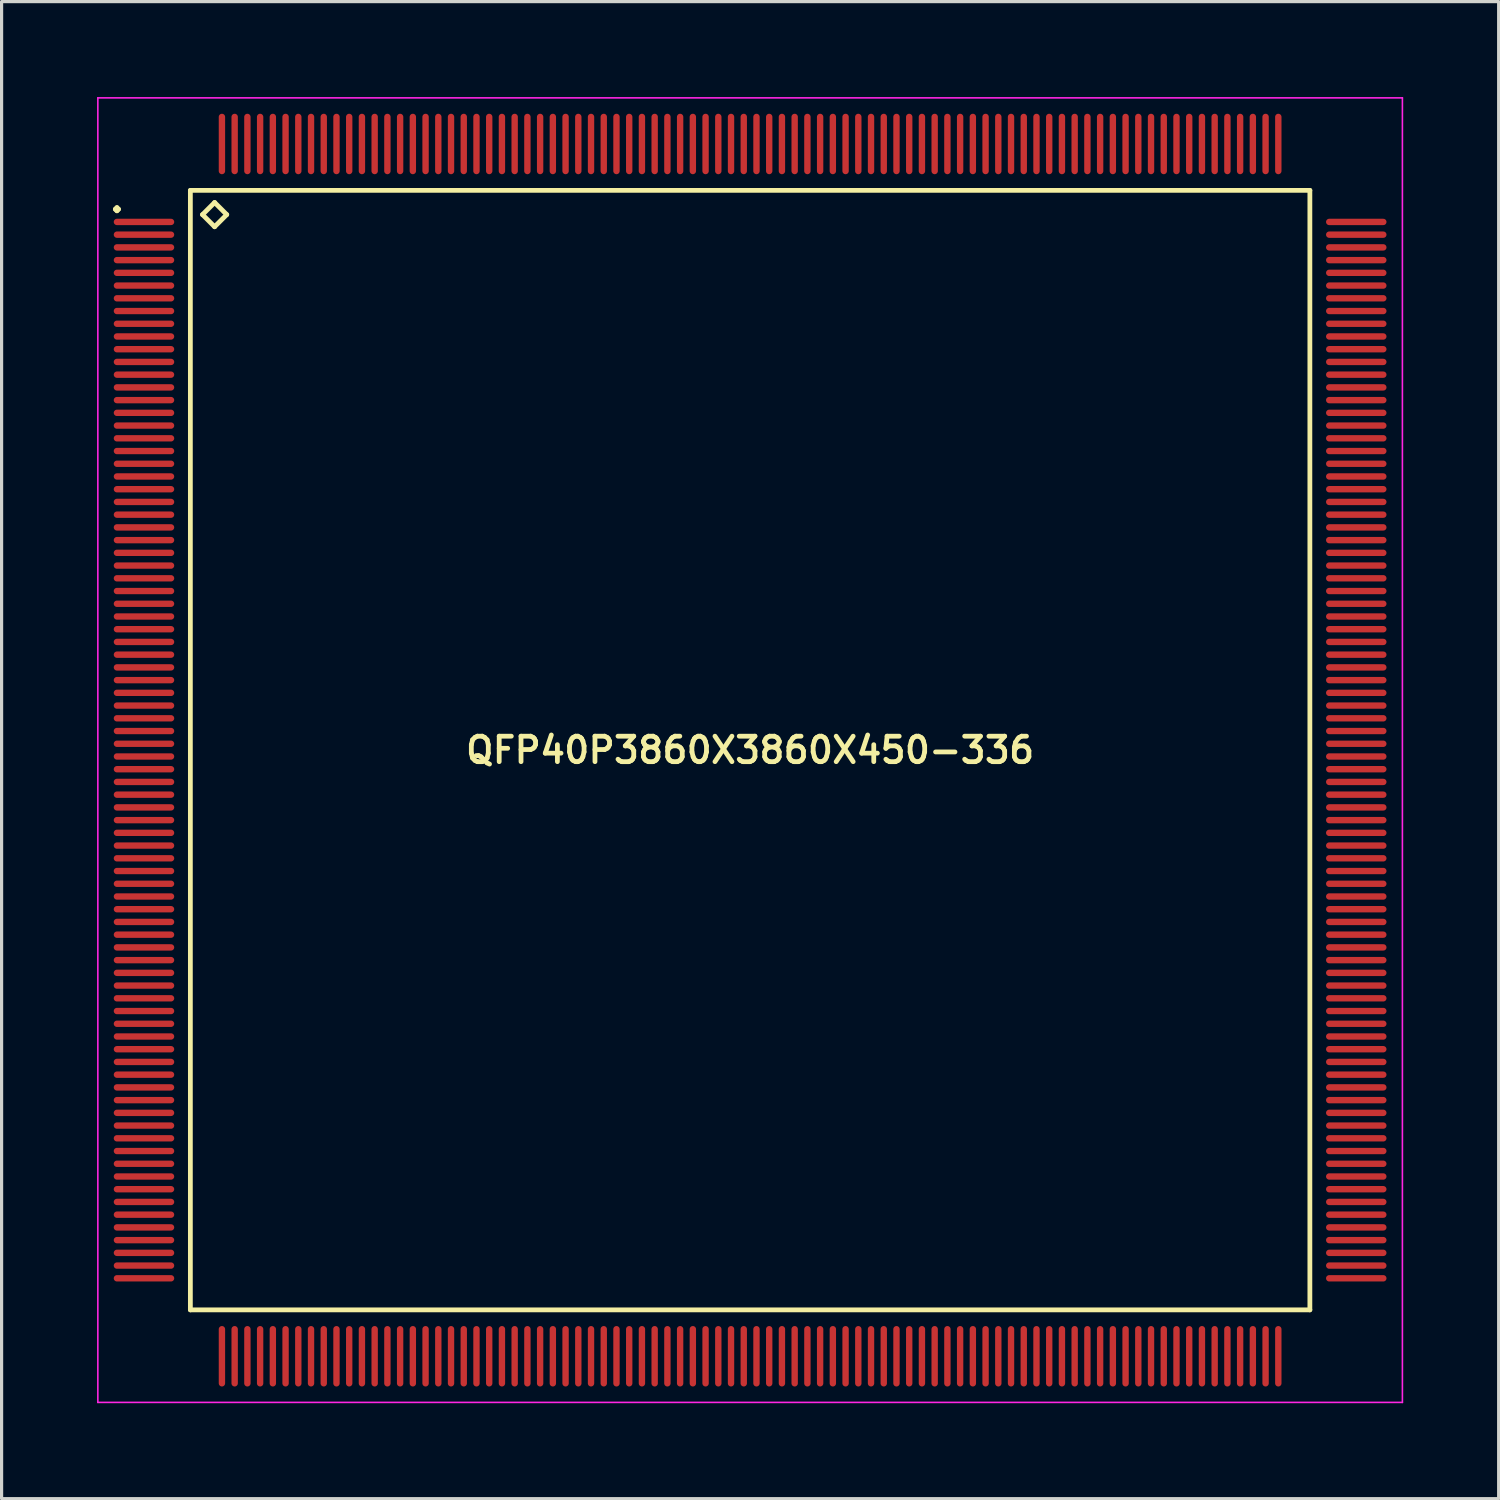
<source format=kicad_pcb>
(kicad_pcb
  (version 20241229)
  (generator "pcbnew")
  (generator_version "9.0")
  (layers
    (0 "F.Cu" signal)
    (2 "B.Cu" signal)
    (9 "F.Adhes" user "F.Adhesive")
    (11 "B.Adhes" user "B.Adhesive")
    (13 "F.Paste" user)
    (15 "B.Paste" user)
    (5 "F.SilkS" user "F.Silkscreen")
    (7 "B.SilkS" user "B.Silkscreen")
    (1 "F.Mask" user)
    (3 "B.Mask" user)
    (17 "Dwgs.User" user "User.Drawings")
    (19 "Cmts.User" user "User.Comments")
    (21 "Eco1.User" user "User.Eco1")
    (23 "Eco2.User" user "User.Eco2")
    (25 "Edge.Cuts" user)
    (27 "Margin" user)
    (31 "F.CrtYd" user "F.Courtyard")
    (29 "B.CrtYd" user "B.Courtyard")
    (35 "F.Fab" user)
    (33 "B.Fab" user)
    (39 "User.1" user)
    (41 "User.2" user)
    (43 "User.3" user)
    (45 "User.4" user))
  (footprint "QFP40P3860X3860X450-336"
    (layer "F.Cu")
    (at 20.525 20.525)
    (property "Reference" "QFP40P3860X3860X450-336" (at 0 0 0) (layer "F.SilkS") (effects (font (size 0.8 0.8) (thickness 0.15))))
    (attr smd)
    (fp_line (start -19.95 -17) (end -19.9 -17.05) (stroke (width 0.15) (type solid)) (layer "F.SilkS"))
    (fp_line (start -19.9 -17.05) (end -19.85 -17) (stroke (width 0.15) (type solid)) (layer "F.SilkS"))
    (fp_line (start -19.9 -16.95) (end -19.95 -17) (stroke (width 0.15) (type solid)) (layer "F.SilkS"))
    (fp_line (start -19.85 -17) (end -19.9 -16.95) (stroke (width 0.15) (type solid)) (layer "F.SilkS"))
    (fp_line (start -17.592 -17.592) (end -17.592 17.592) (stroke (width 0.15) (type solid)) (layer "F.SilkS"))
    (fp_line (start -17.592 17.592) (end 17.592 17.592) (stroke (width 0.15) (type solid)) (layer "F.SilkS"))
    (fp_line (start -17.211 -16.83) (end -16.83 -17.211) (stroke (width 0.15) (type solid)) (layer "F.SilkS"))
    (fp_line (start -16.83 -17.211) (end -16.449 -16.83) (stroke (width 0.15) (type solid)) (layer "F.SilkS"))
    (fp_line (start -16.83 -16.449) (end -17.211 -16.83) (stroke (width 0.15) (type solid)) (layer "F.SilkS"))
    (fp_line (start -16.449 -16.83) (end -16.83 -16.449) (stroke (width 0.15) (type solid)) (layer "F.SilkS"))
    (fp_line (start 17.592 -17.592) (end -17.592 -17.592) (stroke (width 0.15) (type solid)) (layer "F.SilkS"))
    (fp_line (start 17.592 17.592) (end 17.592 -17.592) (stroke (width 0.15) (type solid)) (layer "F.SilkS"))
    (fp_line (start -20.5 -20.5) (end 20.5 -20.5) (stroke (width 0.05) (type solid)) (layer "F.CrtYd"))
    (fp_line (start -20.5 20.5) (end -20.5 -20.5) (stroke (width 0.05) (type solid)) (layer "F.CrtYd"))
    (fp_line (start 20.5 -20.5) (end 20.5 20.5) (stroke (width 0.05) (type solid)) (layer "F.CrtYd"))
    (fp_line (start 20.5 20.5) (end -20.5 20.5) (stroke (width 0.05) (type solid)) (layer "F.CrtYd"))
    (pad "1" smd oval (at -19.05 -16.6) (size 1.9 0.2) (layers "F.Cu" "F.Mask" "F.Paste"))
    (pad "2" smd oval (at -19.05 -16.2) (size 1.9 0.2) (layers "F.Cu" "F.Mask" "F.Paste"))
    (pad "3" smd oval (at -19.05 -15.8) (size 1.9 0.2) (layers "F.Cu" "F.Mask" "F.Paste"))
    (pad "4" smd oval (at -19.05 -15.4) (size 1.9 0.2) (layers "F.Cu" "F.Mask" "F.Paste"))
    (pad "5" smd oval (at -19.05 -15) (size 1.9 0.2) (layers "F.Cu" "F.Mask" "F.Paste"))
    (pad "6" smd oval (at -19.05 -14.6) (size 1.9 0.2) (layers "F.Cu" "F.Mask" "F.Paste"))
    (pad "7" smd oval (at -19.05 -14.2) (size 1.9 0.2) (layers "F.Cu" "F.Mask" "F.Paste"))
    (pad "8" smd oval (at -19.05 -13.8) (size 1.9 0.2) (layers "F.Cu" "F.Mask" "F.Paste"))
    (pad "9" smd oval (at -19.05 -13.4) (size 1.9 0.2) (layers "F.Cu" "F.Mask" "F.Paste"))
    (pad "10" smd oval (at -19.05 -13) (size 1.9 0.2) (layers "F.Cu" "F.Mask" "F.Paste"))
    (pad "11" smd oval (at -19.05 -12.6) (size 1.9 0.2) (layers "F.Cu" "F.Mask" "F.Paste"))
    (pad "12" smd oval (at -19.05 -12.2) (size 1.9 0.2) (layers "F.Cu" "F.Mask" "F.Paste"))
    (pad "13" smd oval (at -19.05 -11.8) (size 1.9 0.2) (layers "F.Cu" "F.Mask" "F.Paste"))
    (pad "14" smd oval (at -19.05 -11.4) (size 1.9 0.2) (layers "F.Cu" "F.Mask" "F.Paste"))
    (pad "15" smd oval (at -19.05 -11) (size 1.9 0.2) (layers "F.Cu" "F.Mask" "F.Paste"))
    (pad "16" smd oval (at -19.05 -10.6) (size 1.9 0.2) (layers "F.Cu" "F.Mask" "F.Paste"))
    (pad "17" smd oval (at -19.05 -10.2) (size 1.9 0.2) (layers "F.Cu" "F.Mask" "F.Paste"))
    (pad "18" smd oval (at -19.05 -9.8) (size 1.9 0.2) (layers "F.Cu" "F.Mask" "F.Paste"))
    (pad "19" smd oval (at -19.05 -9.4) (size 1.9 0.2) (layers "F.Cu" "F.Mask" "F.Paste"))
    (pad "20" smd oval (at -19.05 -9) (size 1.9 0.2) (layers "F.Cu" "F.Mask" "F.Paste"))
    (pad "21" smd oval (at -19.05 -8.6) (size 1.9 0.2) (layers "F.Cu" "F.Mask" "F.Paste"))
    (pad "22" smd oval (at -19.05 -8.2) (size 1.9 0.2) (layers "F.Cu" "F.Mask" "F.Paste"))
    (pad "23" smd oval (at -19.05 -7.8) (size 1.9 0.2) (layers "F.Cu" "F.Mask" "F.Paste"))
    (pad "24" smd oval (at -19.05 -7.4) (size 1.9 0.2) (layers "F.Cu" "F.Mask" "F.Paste"))
    (pad "25" smd oval (at -19.05 -7) (size 1.9 0.2) (layers "F.Cu" "F.Mask" "F.Paste"))
    (pad "26" smd oval (at -19.05 -6.6) (size 1.9 0.2) (layers "F.Cu" "F.Mask" "F.Paste"))
    (pad "27" smd oval (at -19.05 -6.2) (size 1.9 0.2) (layers "F.Cu" "F.Mask" "F.Paste"))
    (pad "28" smd oval (at -19.05 -5.8) (size 1.9 0.2) (layers "F.Cu" "F.Mask" "F.Paste"))
    (pad "29" smd oval (at -19.05 -5.4) (size 1.9 0.2) (layers "F.Cu" "F.Mask" "F.Paste"))
    (pad "30" smd oval (at -19.05 -5) (size 1.9 0.2) (layers "F.Cu" "F.Mask" "F.Paste"))
    (pad "31" smd oval (at -19.05 -4.6) (size 1.9 0.2) (layers "F.Cu" "F.Mask" "F.Paste"))
    (pad "32" smd oval (at -19.05 -4.2) (size 1.9 0.2) (layers "F.Cu" "F.Mask" "F.Paste"))
    (pad "33" smd oval (at -19.05 -3.8) (size 1.9 0.2) (layers "F.Cu" "F.Mask" "F.Paste"))
    (pad "34" smd oval (at -19.05 -3.4) (size 1.9 0.2) (layers "F.Cu" "F.Mask" "F.Paste"))
    (pad "35" smd oval (at -19.05 -3) (size 1.9 0.2) (layers "F.Cu" "F.Mask" "F.Paste"))
    (pad "36" smd oval (at -19.05 -2.6) (size 1.9 0.2) (layers "F.Cu" "F.Mask" "F.Paste"))
    (pad "37" smd oval (at -19.05 -2.2) (size 1.9 0.2) (layers "F.Cu" "F.Mask" "F.Paste"))
    (pad "38" smd oval (at -19.05 -1.8) (size 1.9 0.2) (layers "F.Cu" "F.Mask" "F.Paste"))
    (pad "39" smd oval (at -19.05 -1.4) (size 1.9 0.2) (layers "F.Cu" "F.Mask" "F.Paste"))
    (pad "40" smd oval (at -19.05 -1) (size 1.9 0.2) (layers "F.Cu" "F.Mask" "F.Paste"))
    (pad "41" smd oval (at -19.05 -0.6) (size 1.9 0.2) (layers "F.Cu" "F.Mask" "F.Paste"))
    (pad "42" smd oval (at -19.05 -0.2) (size 1.9 0.2) (layers "F.Cu" "F.Mask" "F.Paste"))
    (pad "43" smd oval (at -19.05 0.2) (size 1.9 0.2) (layers "F.Cu" "F.Mask" "F.Paste"))
    (pad "44" smd oval (at -19.05 0.6) (size 1.9 0.2) (layers "F.Cu" "F.Mask" "F.Paste"))
    (pad "45" smd oval (at -19.05 1) (size 1.9 0.2) (layers "F.Cu" "F.Mask" "F.Paste"))
    (pad "46" smd oval (at -19.05 1.4) (size 1.9 0.2) (layers "F.Cu" "F.Mask" "F.Paste"))
    (pad "47" smd oval (at -19.05 1.8) (size 1.9 0.2) (layers "F.Cu" "F.Mask" "F.Paste"))
    (pad "48" smd oval (at -19.05 2.2) (size 1.9 0.2) (layers "F.Cu" "F.Mask" "F.Paste"))
    (pad "49" smd oval (at -19.05 2.6) (size 1.9 0.2) (layers "F.Cu" "F.Mask" "F.Paste"))
    (pad "50" smd oval (at -19.05 3) (size 1.9 0.2) (layers "F.Cu" "F.Mask" "F.Paste"))
    (pad "51" smd oval (at -19.05 3.4) (size 1.9 0.2) (layers "F.Cu" "F.Mask" "F.Paste"))
    (pad "52" smd oval (at -19.05 3.8) (size 1.9 0.2) (layers "F.Cu" "F.Mask" "F.Paste"))
    (pad "53" smd oval (at -19.05 4.2) (size 1.9 0.2) (layers "F.Cu" "F.Mask" "F.Paste"))
    (pad "54" smd oval (at -19.05 4.6) (size 1.9 0.2) (layers "F.Cu" "F.Mask" "F.Paste"))
    (pad "55" smd oval (at -19.05 5) (size 1.9 0.2) (layers "F.Cu" "F.Mask" "F.Paste"))
    (pad "56" smd oval (at -19.05 5.4) (size 1.9 0.2) (layers "F.Cu" "F.Mask" "F.Paste"))
    (pad "57" smd oval (at -19.05 5.8) (size 1.9 0.2) (layers "F.Cu" "F.Mask" "F.Paste"))
    (pad "58" smd oval (at -19.05 6.2) (size 1.9 0.2) (layers "F.Cu" "F.Mask" "F.Paste"))
    (pad "59" smd oval (at -19.05 6.6) (size 1.9 0.2) (layers "F.Cu" "F.Mask" "F.Paste"))
    (pad "60" smd oval (at -19.05 7) (size 1.9 0.2) (layers "F.Cu" "F.Mask" "F.Paste"))
    (pad "61" smd oval (at -19.05 7.4) (size 1.9 0.2) (layers "F.Cu" "F.Mask" "F.Paste"))
    (pad "62" smd oval (at -19.05 7.8) (size 1.9 0.2) (layers "F.Cu" "F.Mask" "F.Paste"))
    (pad "63" smd oval (at -19.05 8.2) (size 1.9 0.2) (layers "F.Cu" "F.Mask" "F.Paste"))
    (pad "64" smd oval (at -19.05 8.6) (size 1.9 0.2) (layers "F.Cu" "F.Mask" "F.Paste"))
    (pad "65" smd oval (at -19.05 9) (size 1.9 0.2) (layers "F.Cu" "F.Mask" "F.Paste"))
    (pad "66" smd oval (at -19.05 9.4) (size 1.9 0.2) (layers "F.Cu" "F.Mask" "F.Paste"))
    (pad "67" smd oval (at -19.05 9.8) (size 1.9 0.2) (layers "F.Cu" "F.Mask" "F.Paste"))
    (pad "68" smd oval (at -19.05 10.2) (size 1.9 0.2) (layers "F.Cu" "F.Mask" "F.Paste"))
    (pad "69" smd oval (at -19.05 10.6) (size 1.9 0.2) (layers "F.Cu" "F.Mask" "F.Paste"))
    (pad "70" smd oval (at -19.05 11) (size 1.9 0.2) (layers "F.Cu" "F.Mask" "F.Paste"))
    (pad "71" smd oval (at -19.05 11.4) (size 1.9 0.2) (layers "F.Cu" "F.Mask" "F.Paste"))
    (pad "72" smd oval (at -19.05 11.8) (size 1.9 0.2) (layers "F.Cu" "F.Mask" "F.Paste"))
    (pad "73" smd oval (at -19.05 12.2) (size 1.9 0.2) (layers "F.Cu" "F.Mask" "F.Paste"))
    (pad "74" smd oval (at -19.05 12.6) (size 1.9 0.2) (layers "F.Cu" "F.Mask" "F.Paste"))
    (pad "75" smd oval (at -19.05 13) (size 1.9 0.2) (layers "F.Cu" "F.Mask" "F.Paste"))
    (pad "76" smd oval (at -19.05 13.4) (size 1.9 0.2) (layers "F.Cu" "F.Mask" "F.Paste"))
    (pad "77" smd oval (at -19.05 13.8) (size 1.9 0.2) (layers "F.Cu" "F.Mask" "F.Paste"))
    (pad "78" smd oval (at -19.05 14.2) (size 1.9 0.2) (layers "F.Cu" "F.Mask" "F.Paste"))
    (pad "79" smd oval (at -19.05 14.6) (size 1.9 0.2) (layers "F.Cu" "F.Mask" "F.Paste"))
    (pad "80" smd oval (at -19.05 15) (size 1.9 0.2) (layers "F.Cu" "F.Mask" "F.Paste"))
    (pad "81" smd oval (at -19.05 15.4) (size 1.9 0.2) (layers "F.Cu" "F.Mask" "F.Paste"))
    (pad "82" smd oval (at -19.05 15.8) (size 1.9 0.2) (layers "F.Cu" "F.Mask" "F.Paste"))
    (pad "83" smd oval (at -19.05 16.2) (size 1.9 0.2) (layers "F.Cu" "F.Mask" "F.Paste"))
    (pad "84" smd oval (at -19.05 16.6) (size 1.9 0.2) (layers "F.Cu" "F.Mask" "F.Paste"))
    (pad "85" smd oval (at -16.6 19.05) (size 0.2 1.9) (layers "F.Cu" "F.Mask" "F.Paste"))
    (pad "86" smd oval (at -16.2 19.05) (size 0.2 1.9) (layers "F.Cu" "F.Mask" "F.Paste"))
    (pad "87" smd oval (at -15.8 19.05) (size 0.2 1.9) (layers "F.Cu" "F.Mask" "F.Paste"))
    (pad "88" smd oval (at -15.4 19.05) (size 0.2 1.9) (layers "F.Cu" "F.Mask" "F.Paste"))
    (pad "89" smd oval (at -15 19.05) (size 0.2 1.9) (layers "F.Cu" "F.Mask" "F.Paste"))
    (pad "90" smd oval (at -14.6 19.05) (size 0.2 1.9) (layers "F.Cu" "F.Mask" "F.Paste"))
    (pad "91" smd oval (at -14.2 19.05) (size 0.2 1.9) (layers "F.Cu" "F.Mask" "F.Paste"))
    (pad "92" smd oval (at -13.8 19.05) (size 0.2 1.9) (layers "F.Cu" "F.Mask" "F.Paste"))
    (pad "93" smd oval (at -13.4 19.05) (size 0.2 1.9) (layers "F.Cu" "F.Mask" "F.Paste"))
    (pad "94" smd oval (at -13 19.05) (size 0.2 1.9) (layers "F.Cu" "F.Mask" "F.Paste"))
    (pad "95" smd oval (at -12.6 19.05) (size 0.2 1.9) (layers "F.Cu" "F.Mask" "F.Paste"))
    (pad "96" smd oval (at -12.2 19.05) (size 0.2 1.9) (layers "F.Cu" "F.Mask" "F.Paste"))
    (pad "97" smd oval (at -11.8 19.05) (size 0.2 1.9) (layers "F.Cu" "F.Mask" "F.Paste"))
    (pad "98" smd oval (at -11.4 19.05) (size 0.2 1.9) (layers "F.Cu" "F.Mask" "F.Paste"))
    (pad "99" smd oval (at -11 19.05) (size 0.2 1.9) (layers "F.Cu" "F.Mask" "F.Paste"))
    (pad "100" smd oval (at -10.6 19.05) (size 0.2 1.9) (layers "F.Cu" "F.Mask" "F.Paste"))
    (pad "101" smd oval (at -10.2 19.05) (size 0.2 1.9) (layers "F.Cu" "F.Mask" "F.Paste"))
    (pad "102" smd oval (at -9.8 19.05) (size 0.2 1.9) (layers "F.Cu" "F.Mask" "F.Paste"))
    (pad "103" smd oval (at -9.4 19.05) (size 0.2 1.9) (layers "F.Cu" "F.Mask" "F.Paste"))
    (pad "104" smd oval (at -9 19.05) (size 0.2 1.9) (layers "F.Cu" "F.Mask" "F.Paste"))
    (pad "105" smd oval (at -8.6 19.05) (size 0.2 1.9) (layers "F.Cu" "F.Mask" "F.Paste"))
    (pad "106" smd oval (at -8.2 19.05) (size 0.2 1.9) (layers "F.Cu" "F.Mask" "F.Paste"))
    (pad "107" smd oval (at -7.8 19.05) (size 0.2 1.9) (layers "F.Cu" "F.Mask" "F.Paste"))
    (pad "108" smd oval (at -7.4 19.05) (size 0.2 1.9) (layers "F.Cu" "F.Mask" "F.Paste"))
    (pad "109" smd oval (at -7 19.05) (size 0.2 1.9) (layers "F.Cu" "F.Mask" "F.Paste"))
    (pad "110" smd oval (at -6.6 19.05) (size 0.2 1.9) (layers "F.Cu" "F.Mask" "F.Paste"))
    (pad "111" smd oval (at -6.2 19.05) (size 0.2 1.9) (layers "F.Cu" "F.Mask" "F.Paste"))
    (pad "112" smd oval (at -5.8 19.05) (size 0.2 1.9) (layers "F.Cu" "F.Mask" "F.Paste"))
    (pad "113" smd oval (at -5.4 19.05) (size 0.2 1.9) (layers "F.Cu" "F.Mask" "F.Paste"))
    (pad "114" smd oval (at -5 19.05) (size 0.2 1.9) (layers "F.Cu" "F.Mask" "F.Paste"))
    (pad "115" smd oval (at -4.6 19.05) (size 0.2 1.9) (layers "F.Cu" "F.Mask" "F.Paste"))
    (pad "116" smd oval (at -4.2 19.05) (size 0.2 1.9) (layers "F.Cu" "F.Mask" "F.Paste"))
    (pad "117" smd oval (at -3.8 19.05) (size 0.2 1.9) (layers "F.Cu" "F.Mask" "F.Paste"))
    (pad "118" smd oval (at -3.4 19.05) (size 0.2 1.9) (layers "F.Cu" "F.Mask" "F.Paste"))
    (pad "119" smd oval (at -3 19.05) (size 0.2 1.9) (layers "F.Cu" "F.Mask" "F.Paste"))
    (pad "120" smd oval (at -2.6 19.05) (size 0.2 1.9) (layers "F.Cu" "F.Mask" "F.Paste"))
    (pad "121" smd oval (at -2.2 19.05) (size 0.2 1.9) (layers "F.Cu" "F.Mask" "F.Paste"))
    (pad "122" smd oval (at -1.8 19.05) (size 0.2 1.9) (layers "F.Cu" "F.Mask" "F.Paste"))
    (pad "123" smd oval (at -1.4 19.05) (size 0.2 1.9) (layers "F.Cu" "F.Mask" "F.Paste"))
    (pad "124" smd oval (at -1 19.05) (size 0.2 1.9) (layers "F.Cu" "F.Mask" "F.Paste"))
    (pad "125" smd oval (at -0.6 19.05) (size 0.2 1.9) (layers "F.Cu" "F.Mask" "F.Paste"))
    (pad "126" smd oval (at -0.2 19.05) (size 0.2 1.9) (layers "F.Cu" "F.Mask" "F.Paste"))
    (pad "127" smd oval (at 0.2 19.05) (size 0.2 1.9) (layers "F.Cu" "F.Mask" "F.Paste"))
    (pad "128" smd oval (at 0.6 19.05) (size 0.2 1.9) (layers "F.Cu" "F.Mask" "F.Paste"))
    (pad "129" smd oval (at 1 19.05) (size 0.2 1.9) (layers "F.Cu" "F.Mask" "F.Paste"))
    (pad "130" smd oval (at 1.4 19.05) (size 0.2 1.9) (layers "F.Cu" "F.Mask" "F.Paste"))
    (pad "131" smd oval (at 1.8 19.05) (size 0.2 1.9) (layers "F.Cu" "F.Mask" "F.Paste"))
    (pad "132" smd oval (at 2.2 19.05) (size 0.2 1.9) (layers "F.Cu" "F.Mask" "F.Paste"))
    (pad "133" smd oval (at 2.6 19.05) (size 0.2 1.9) (layers "F.Cu" "F.Mask" "F.Paste"))
    (pad "134" smd oval (at 3 19.05) (size 0.2 1.9) (layers "F.Cu" "F.Mask" "F.Paste"))
    (pad "135" smd oval (at 3.4 19.05) (size 0.2 1.9) (layers "F.Cu" "F.Mask" "F.Paste"))
    (pad "136" smd oval (at 3.8 19.05) (size 0.2 1.9) (layers "F.Cu" "F.Mask" "F.Paste"))
    (pad "137" smd oval (at 4.2 19.05) (size 0.2 1.9) (layers "F.Cu" "F.Mask" "F.Paste"))
    (pad "138" smd oval (at 4.6 19.05) (size 0.2 1.9) (layers "F.Cu" "F.Mask" "F.Paste"))
    (pad "139" smd oval (at 5 19.05) (size 0.2 1.9) (layers "F.Cu" "F.Mask" "F.Paste"))
    (pad "140" smd oval (at 5.4 19.05) (size 0.2 1.9) (layers "F.Cu" "F.Mask" "F.Paste"))
    (pad "141" smd oval (at 5.8 19.05) (size 0.2 1.9) (layers "F.Cu" "F.Mask" "F.Paste"))
    (pad "142" smd oval (at 6.2 19.05) (size 0.2 1.9) (layers "F.Cu" "F.Mask" "F.Paste"))
    (pad "143" smd oval (at 6.6 19.05) (size 0.2 1.9) (layers "F.Cu" "F.Mask" "F.Paste"))
    (pad "144" smd oval (at 7 19.05) (size 0.2 1.9) (layers "F.Cu" "F.Mask" "F.Paste"))
    (pad "145" smd oval (at 7.4 19.05) (size 0.2 1.9) (layers "F.Cu" "F.Mask" "F.Paste"))
    (pad "146" smd oval (at 7.8 19.05) (size 0.2 1.9) (layers "F.Cu" "F.Mask" "F.Paste"))
    (pad "147" smd oval (at 8.2 19.05) (size 0.2 1.9) (layers "F.Cu" "F.Mask" "F.Paste"))
    (pad "148" smd oval (at 8.6 19.05) (size 0.2 1.9) (layers "F.Cu" "F.Mask" "F.Paste"))
    (pad "149" smd oval (at 9 19.05) (size 0.2 1.9) (layers "F.Cu" "F.Mask" "F.Paste"))
    (pad "150" smd oval (at 9.4 19.05) (size 0.2 1.9) (layers "F.Cu" "F.Mask" "F.Paste"))
    (pad "151" smd oval (at 9.8 19.05) (size 0.2 1.9) (layers "F.Cu" "F.Mask" "F.Paste"))
    (pad "152" smd oval (at 10.2 19.05) (size 0.2 1.9) (layers "F.Cu" "F.Mask" "F.Paste"))
    (pad "153" smd oval (at 10.6 19.05) (size 0.2 1.9) (layers "F.Cu" "F.Mask" "F.Paste"))
    (pad "154" smd oval (at 11 19.05) (size 0.2 1.9) (layers "F.Cu" "F.Mask" "F.Paste"))
    (pad "155" smd oval (at 11.4 19.05) (size 0.2 1.9) (layers "F.Cu" "F.Mask" "F.Paste"))
    (pad "156" smd oval (at 11.8 19.05) (size 0.2 1.9) (layers "F.Cu" "F.Mask" "F.Paste"))
    (pad "157" smd oval (at 12.2 19.05) (size 0.2 1.9) (layers "F.Cu" "F.Mask" "F.Paste"))
    (pad "158" smd oval (at 12.6 19.05) (size 0.2 1.9) (layers "F.Cu" "F.Mask" "F.Paste"))
    (pad "159" smd oval (at 13 19.05) (size 0.2 1.9) (layers "F.Cu" "F.Mask" "F.Paste"))
    (pad "160" smd oval (at 13.4 19.05) (size 0.2 1.9) (layers "F.Cu" "F.Mask" "F.Paste"))
    (pad "161" smd oval (at 13.8 19.05) (size 0.2 1.9) (layers "F.Cu" "F.Mask" "F.Paste"))
    (pad "162" smd oval (at 14.2 19.05) (size 0.2 1.9) (layers "F.Cu" "F.Mask" "F.Paste"))
    (pad "163" smd oval (at 14.6 19.05) (size 0.2 1.9) (layers "F.Cu" "F.Mask" "F.Paste"))
    (pad "164" smd oval (at 15 19.05) (size 0.2 1.9) (layers "F.Cu" "F.Mask" "F.Paste"))
    (pad "165" smd oval (at 15.4 19.05) (size 0.2 1.9) (layers "F.Cu" "F.Mask" "F.Paste"))
    (pad "166" smd oval (at 15.8 19.05) (size 0.2 1.9) (layers "F.Cu" "F.Mask" "F.Paste"))
    (pad "167" smd oval (at 16.2 19.05) (size 0.2 1.9) (layers "F.Cu" "F.Mask" "F.Paste"))
    (pad "168" smd oval (at 16.6 19.05) (size 0.2 1.9) (layers "F.Cu" "F.Mask" "F.Paste"))
    (pad "169" smd oval (at 19.05 16.6) (size 1.9 0.2) (layers "F.Cu" "F.Mask" "F.Paste"))
    (pad "170" smd oval (at 19.05 16.2) (size 1.9 0.2) (layers "F.Cu" "F.Mask" "F.Paste"))
    (pad "171" smd oval (at 19.05 15.8) (size 1.9 0.2) (layers "F.Cu" "F.Mask" "F.Paste"))
    (pad "172" smd oval (at 19.05 15.4) (size 1.9 0.2) (layers "F.Cu" "F.Mask" "F.Paste"))
    (pad "173" smd oval (at 19.05 15) (size 1.9 0.2) (layers "F.Cu" "F.Mask" "F.Paste"))
    (pad "174" smd oval (at 19.05 14.6) (size 1.9 0.2) (layers "F.Cu" "F.Mask" "F.Paste"))
    (pad "175" smd oval (at 19.05 14.2) (size 1.9 0.2) (layers "F.Cu" "F.Mask" "F.Paste"))
    (pad "176" smd oval (at 19.05 13.8) (size 1.9 0.2) (layers "F.Cu" "F.Mask" "F.Paste"))
    (pad "177" smd oval (at 19.05 13.4) (size 1.9 0.2) (layers "F.Cu" "F.Mask" "F.Paste"))
    (pad "178" smd oval (at 19.05 13) (size 1.9 0.2) (layers "F.Cu" "F.Mask" "F.Paste"))
    (pad "179" smd oval (at 19.05 12.6) (size 1.9 0.2) (layers "F.Cu" "F.Mask" "F.Paste"))
    (pad "180" smd oval (at 19.05 12.2) (size 1.9 0.2) (layers "F.Cu" "F.Mask" "F.Paste"))
    (pad "181" smd oval (at 19.05 11.8) (size 1.9 0.2) (layers "F.Cu" "F.Mask" "F.Paste"))
    (pad "182" smd oval (at 19.05 11.4) (size 1.9 0.2) (layers "F.Cu" "F.Mask" "F.Paste"))
    (pad "183" smd oval (at 19.05 11) (size 1.9 0.2) (layers "F.Cu" "F.Mask" "F.Paste"))
    (pad "184" smd oval (at 19.05 10.6) (size 1.9 0.2) (layers "F.Cu" "F.Mask" "F.Paste"))
    (pad "185" smd oval (at 19.05 10.2) (size 1.9 0.2) (layers "F.Cu" "F.Mask" "F.Paste"))
    (pad "186" smd oval (at 19.05 9.8) (size 1.9 0.2) (layers "F.Cu" "F.Mask" "F.Paste"))
    (pad "187" smd oval (at 19.05 9.4) (size 1.9 0.2) (layers "F.Cu" "F.Mask" "F.Paste"))
    (pad "188" smd oval (at 19.05 9) (size 1.9 0.2) (layers "F.Cu" "F.Mask" "F.Paste"))
    (pad "189" smd oval (at 19.05 8.6) (size 1.9 0.2) (layers "F.Cu" "F.Mask" "F.Paste"))
    (pad "190" smd oval (at 19.05 8.2) (size 1.9 0.2) (layers "F.Cu" "F.Mask" "F.Paste"))
    (pad "191" smd oval (at 19.05 7.8) (size 1.9 0.2) (layers "F.Cu" "F.Mask" "F.Paste"))
    (pad "192" smd oval (at 19.05 7.4) (size 1.9 0.2) (layers "F.Cu" "F.Mask" "F.Paste"))
    (pad "193" smd oval (at 19.05 7) (size 1.9 0.2) (layers "F.Cu" "F.Mask" "F.Paste"))
    (pad "194" smd oval (at 19.05 6.6) (size 1.9 0.2) (layers "F.Cu" "F.Mask" "F.Paste"))
    (pad "195" smd oval (at 19.05 6.2) (size 1.9 0.2) (layers "F.Cu" "F.Mask" "F.Paste"))
    (pad "196" smd oval (at 19.05 5.8) (size 1.9 0.2) (layers "F.Cu" "F.Mask" "F.Paste"))
    (pad "197" smd oval (at 19.05 5.4) (size 1.9 0.2) (layers "F.Cu" "F.Mask" "F.Paste"))
    (pad "198" smd oval (at 19.05 5) (size 1.9 0.2) (layers "F.Cu" "F.Mask" "F.Paste"))
    (pad "199" smd oval (at 19.05 4.6) (size 1.9 0.2) (layers "F.Cu" "F.Mask" "F.Paste"))
    (pad "200" smd oval (at 19.05 4.2) (size 1.9 0.2) (layers "F.Cu" "F.Mask" "F.Paste"))
    (pad "201" smd oval (at 19.05 3.8) (size 1.9 0.2) (layers "F.Cu" "F.Mask" "F.Paste"))
    (pad "202" smd oval (at 19.05 3.4) (size 1.9 0.2) (layers "F.Cu" "F.Mask" "F.Paste"))
    (pad "203" smd oval (at 19.05 3) (size 1.9 0.2) (layers "F.Cu" "F.Mask" "F.Paste"))
    (pad "204" smd oval (at 19.05 2.6) (size 1.9 0.2) (layers "F.Cu" "F.Mask" "F.Paste"))
    (pad "205" smd oval (at 19.05 2.2) (size 1.9 0.2) (layers "F.Cu" "F.Mask" "F.Paste"))
    (pad "206" smd oval (at 19.05 1.8) (size 1.9 0.2) (layers "F.Cu" "F.Mask" "F.Paste"))
    (pad "207" smd oval (at 19.05 1.4) (size 1.9 0.2) (layers "F.Cu" "F.Mask" "F.Paste"))
    (pad "208" smd oval (at 19.05 1) (size 1.9 0.2) (layers "F.Cu" "F.Mask" "F.Paste"))
    (pad "209" smd oval (at 19.05 0.6) (size 1.9 0.2) (layers "F.Cu" "F.Mask" "F.Paste"))
    (pad "210" smd oval (at 19.05 0.2) (size 1.9 0.2) (layers "F.Cu" "F.Mask" "F.Paste"))
    (pad "211" smd oval (at 19.05 -0.2) (size 1.9 0.2) (layers "F.Cu" "F.Mask" "F.Paste"))
    (pad "212" smd oval (at 19.05 -0.6) (size 1.9 0.2) (layers "F.Cu" "F.Mask" "F.Paste"))
    (pad "213" smd oval (at 19.05 -1) (size 1.9 0.2) (layers "F.Cu" "F.Mask" "F.Paste"))
    (pad "214" smd oval (at 19.05 -1.4) (size 1.9 0.2) (layers "F.Cu" "F.Mask" "F.Paste"))
    (pad "215" smd oval (at 19.05 -1.8) (size 1.9 0.2) (layers "F.Cu" "F.Mask" "F.Paste"))
    (pad "216" smd oval (at 19.05 -2.2) (size 1.9 0.2) (layers "F.Cu" "F.Mask" "F.Paste"))
    (pad "217" smd oval (at 19.05 -2.6) (size 1.9 0.2) (layers "F.Cu" "F.Mask" "F.Paste"))
    (pad "218" smd oval (at 19.05 -3) (size 1.9 0.2) (layers "F.Cu" "F.Mask" "F.Paste"))
    (pad "219" smd oval (at 19.05 -3.4) (size 1.9 0.2) (layers "F.Cu" "F.Mask" "F.Paste"))
    (pad "220" smd oval (at 19.05 -3.8) (size 1.9 0.2) (layers "F.Cu" "F.Mask" "F.Paste"))
    (pad "221" smd oval (at 19.05 -4.2) (size 1.9 0.2) (layers "F.Cu" "F.Mask" "F.Paste"))
    (pad "222" smd oval (at 19.05 -4.6) (size 1.9 0.2) (layers "F.Cu" "F.Mask" "F.Paste"))
    (pad "223" smd oval (at 19.05 -5) (size 1.9 0.2) (layers "F.Cu" "F.Mask" "F.Paste"))
    (pad "224" smd oval (at 19.05 -5.4) (size 1.9 0.2) (layers "F.Cu" "F.Mask" "F.Paste"))
    (pad "225" smd oval (at 19.05 -5.8) (size 1.9 0.2) (layers "F.Cu" "F.Mask" "F.Paste"))
    (pad "226" smd oval (at 19.05 -6.2) (size 1.9 0.2) (layers "F.Cu" "F.Mask" "F.Paste"))
    (pad "227" smd oval (at 19.05 -6.6) (size 1.9 0.2) (layers "F.Cu" "F.Mask" "F.Paste"))
    (pad "228" smd oval (at 19.05 -7) (size 1.9 0.2) (layers "F.Cu" "F.Mask" "F.Paste"))
    (pad "229" smd oval (at 19.05 -7.4) (size 1.9 0.2) (layers "F.Cu" "F.Mask" "F.Paste"))
    (pad "230" smd oval (at 19.05 -7.8) (size 1.9 0.2) (layers "F.Cu" "F.Mask" "F.Paste"))
    (pad "231" smd oval (at 19.05 -8.2) (size 1.9 0.2) (layers "F.Cu" "F.Mask" "F.Paste"))
    (pad "232" smd oval (at 19.05 -8.6) (size 1.9 0.2) (layers "F.Cu" "F.Mask" "F.Paste"))
    (pad "233" smd oval (at 19.05 -9) (size 1.9 0.2) (layers "F.Cu" "F.Mask" "F.Paste"))
    (pad "234" smd oval (at 19.05 -9.4) (size 1.9 0.2) (layers "F.Cu" "F.Mask" "F.Paste"))
    (pad "235" smd oval (at 19.05 -9.8) (size 1.9 0.2) (layers "F.Cu" "F.Mask" "F.Paste"))
    (pad "236" smd oval (at 19.05 -10.2) (size 1.9 0.2) (layers "F.Cu" "F.Mask" "F.Paste"))
    (pad "237" smd oval (at 19.05 -10.6) (size 1.9 0.2) (layers "F.Cu" "F.Mask" "F.Paste"))
    (pad "238" smd oval (at 19.05 -11) (size 1.9 0.2) (layers "F.Cu" "F.Mask" "F.Paste"))
    (pad "239" smd oval (at 19.05 -11.4) (size 1.9 0.2) (layers "F.Cu" "F.Mask" "F.Paste"))
    (pad "240" smd oval (at 19.05 -11.8) (size 1.9 0.2) (layers "F.Cu" "F.Mask" "F.Paste"))
    (pad "241" smd oval (at 19.05 -12.2) (size 1.9 0.2) (layers "F.Cu" "F.Mask" "F.Paste"))
    (pad "242" smd oval (at 19.05 -12.6) (size 1.9 0.2) (layers "F.Cu" "F.Mask" "F.Paste"))
    (pad "243" smd oval (at 19.05 -13) (size 1.9 0.2) (layers "F.Cu" "F.Mask" "F.Paste"))
    (pad "244" smd oval (at 19.05 -13.4) (size 1.9 0.2) (layers "F.Cu" "F.Mask" "F.Paste"))
    (pad "245" smd oval (at 19.05 -13.8) (size 1.9 0.2) (layers "F.Cu" "F.Mask" "F.Paste"))
    (pad "246" smd oval (at 19.05 -14.2) (size 1.9 0.2) (layers "F.Cu" "F.Mask" "F.Paste"))
    (pad "247" smd oval (at 19.05 -14.6) (size 1.9 0.2) (layers "F.Cu" "F.Mask" "F.Paste"))
    (pad "248" smd oval (at 19.05 -15) (size 1.9 0.2) (layers "F.Cu" "F.Mask" "F.Paste"))
    (pad "249" smd oval (at 19.05 -15.4) (size 1.9 0.2) (layers "F.Cu" "F.Mask" "F.Paste"))
    (pad "250" smd oval (at 19.05 -15.8) (size 1.9 0.2) (layers "F.Cu" "F.Mask" "F.Paste"))
    (pad "251" smd oval (at 19.05 -16.2) (size 1.9 0.2) (layers "F.Cu" "F.Mask" "F.Paste"))
    (pad "252" smd oval (at 19.05 -16.6) (size 1.9 0.2) (layers "F.Cu" "F.Mask" "F.Paste"))
    (pad "253" smd oval (at 16.6 -19.05) (size 0.2 1.9) (layers "F.Cu" "F.Mask" "F.Paste"))
    (pad "254" smd oval (at 16.2 -19.05) (size 0.2 1.9) (layers "F.Cu" "F.Mask" "F.Paste"))
    (pad "255" smd oval (at 15.8 -19.05) (size 0.2 1.9) (layers "F.Cu" "F.Mask" "F.Paste"))
    (pad "256" smd oval (at 15.4 -19.05) (size 0.2 1.9) (layers "F.Cu" "F.Mask" "F.Paste"))
    (pad "257" smd oval (at 15 -19.05) (size 0.2 1.9) (layers "F.Cu" "F.Mask" "F.Paste"))
    (pad "258" smd oval (at 14.6 -19.05) (size 0.2 1.9) (layers "F.Cu" "F.Mask" "F.Paste"))
    (pad "259" smd oval (at 14.2 -19.05) (size 0.2 1.9) (layers "F.Cu" "F.Mask" "F.Paste"))
    (pad "260" smd oval (at 13.8 -19.05) (size 0.2 1.9) (layers "F.Cu" "F.Mask" "F.Paste"))
    (pad "261" smd oval (at 13.4 -19.05) (size 0.2 1.9) (layers "F.Cu" "F.Mask" "F.Paste"))
    (pad "262" smd oval (at 13 -19.05) (size 0.2 1.9) (layers "F.Cu" "F.Mask" "F.Paste"))
    (pad "263" smd oval (at 12.6 -19.05) (size 0.2 1.9) (layers "F.Cu" "F.Mask" "F.Paste"))
    (pad "264" smd oval (at 12.2 -19.05) (size 0.2 1.9) (layers "F.Cu" "F.Mask" "F.Paste"))
    (pad "265" smd oval (at 11.8 -19.05) (size 0.2 1.9) (layers "F.Cu" "F.Mask" "F.Paste"))
    (pad "266" smd oval (at 11.4 -19.05) (size 0.2 1.9) (layers "F.Cu" "F.Mask" "F.Paste"))
    (pad "267" smd oval (at 11 -19.05) (size 0.2 1.9) (layers "F.Cu" "F.Mask" "F.Paste"))
    (pad "268" smd oval (at 10.6 -19.05) (size 0.2 1.9) (layers "F.Cu" "F.Mask" "F.Paste"))
    (pad "269" smd oval (at 10.2 -19.05) (size 0.2 1.9) (layers "F.Cu" "F.Mask" "F.Paste"))
    (pad "270" smd oval (at 9.8 -19.05) (size 0.2 1.9) (layers "F.Cu" "F.Mask" "F.Paste"))
    (pad "271" smd oval (at 9.4 -19.05) (size 0.2 1.9) (layers "F.Cu" "F.Mask" "F.Paste"))
    (pad "272" smd oval (at 9 -19.05) (size 0.2 1.9) (layers "F.Cu" "F.Mask" "F.Paste"))
    (pad "273" smd oval (at 8.6 -19.05) (size 0.2 1.9) (layers "F.Cu" "F.Mask" "F.Paste"))
    (pad "274" smd oval (at 8.2 -19.05) (size 0.2 1.9) (layers "F.Cu" "F.Mask" "F.Paste"))
    (pad "275" smd oval (at 7.8 -19.05) (size 0.2 1.9) (layers "F.Cu" "F.Mask" "F.Paste"))
    (pad "276" smd oval (at 7.4 -19.05) (size 0.2 1.9) (layers "F.Cu" "F.Mask" "F.Paste"))
    (pad "277" smd oval (at 7 -19.05) (size 0.2 1.9) (layers "F.Cu" "F.Mask" "F.Paste"))
    (pad "278" smd oval (at 6.6 -19.05) (size 0.2 1.9) (layers "F.Cu" "F.Mask" "F.Paste"))
    (pad "279" smd oval (at 6.2 -19.05) (size 0.2 1.9) (layers "F.Cu" "F.Mask" "F.Paste"))
    (pad "280" smd oval (at 5.8 -19.05) (size 0.2 1.9) (layers "F.Cu" "F.Mask" "F.Paste"))
    (pad "281" smd oval (at 5.4 -19.05) (size 0.2 1.9) (layers "F.Cu" "F.Mask" "F.Paste"))
    (pad "282" smd oval (at 5 -19.05) (size 0.2 1.9) (layers "F.Cu" "F.Mask" "F.Paste"))
    (pad "283" smd oval (at 4.6 -19.05) (size 0.2 1.9) (layers "F.Cu" "F.Mask" "F.Paste"))
    (pad "284" smd oval (at 4.2 -19.05) (size 0.2 1.9) (layers "F.Cu" "F.Mask" "F.Paste"))
    (pad "285" smd oval (at 3.8 -19.05) (size 0.2 1.9) (layers "F.Cu" "F.Mask" "F.Paste"))
    (pad "286" smd oval (at 3.4 -19.05) (size 0.2 1.9) (layers "F.Cu" "F.Mask" "F.Paste"))
    (pad "287" smd oval (at 3 -19.05) (size 0.2 1.9) (layers "F.Cu" "F.Mask" "F.Paste"))
    (pad "288" smd oval (at 2.6 -19.05) (size 0.2 1.9) (layers "F.Cu" "F.Mask" "F.Paste"))
    (pad "289" smd oval (at 2.2 -19.05) (size 0.2 1.9) (layers "F.Cu" "F.Mask" "F.Paste"))
    (pad "290" smd oval (at 1.8 -19.05) (size 0.2 1.9) (layers "F.Cu" "F.Mask" "F.Paste"))
    (pad "291" smd oval (at 1.4 -19.05) (size 0.2 1.9) (layers "F.Cu" "F.Mask" "F.Paste"))
    (pad "292" smd oval (at 1 -19.05) (size 0.2 1.9) (layers "F.Cu" "F.Mask" "F.Paste"))
    (pad "293" smd oval (at 0.6 -19.05) (size 0.2 1.9) (layers "F.Cu" "F.Mask" "F.Paste"))
    (pad "294" smd oval (at 0.2 -19.05) (size 0.2 1.9) (layers "F.Cu" "F.Mask" "F.Paste"))
    (pad "295" smd oval (at -0.2 -19.05) (size 0.2 1.9) (layers "F.Cu" "F.Mask" "F.Paste"))
    (pad "296" smd oval (at -0.6 -19.05) (size 0.2 1.9) (layers "F.Cu" "F.Mask" "F.Paste"))
    (pad "297" smd oval (at -1 -19.05) (size 0.2 1.9) (layers "F.Cu" "F.Mask" "F.Paste"))
    (pad "298" smd oval (at -1.4 -19.05) (size 0.2 1.9) (layers "F.Cu" "F.Mask" "F.Paste"))
    (pad "299" smd oval (at -1.8 -19.05) (size 0.2 1.9) (layers "F.Cu" "F.Mask" "F.Paste"))
    (pad "300" smd oval (at -2.2 -19.05) (size 0.2 1.9) (layers "F.Cu" "F.Mask" "F.Paste"))
    (pad "301" smd oval (at -2.6 -19.05) (size 0.2 1.9) (layers "F.Cu" "F.Mask" "F.Paste"))
    (pad "302" smd oval (at -3 -19.05) (size 0.2 1.9) (layers "F.Cu" "F.Mask" "F.Paste"))
    (pad "303" smd oval (at -3.4 -19.05) (size 0.2 1.9) (layers "F.Cu" "F.Mask" "F.Paste"))
    (pad "304" smd oval (at -3.8 -19.05) (size 0.2 1.9) (layers "F.Cu" "F.Mask" "F.Paste"))
    (pad "305" smd oval (at -4.2 -19.05) (size 0.2 1.9) (layers "F.Cu" "F.Mask" "F.Paste"))
    (pad "306" smd oval (at -4.6 -19.05) (size 0.2 1.9) (layers "F.Cu" "F.Mask" "F.Paste"))
    (pad "307" smd oval (at -5 -19.05) (size 0.2 1.9) (layers "F.Cu" "F.Mask" "F.Paste"))
    (pad "308" smd oval (at -5.4 -19.05) (size 0.2 1.9) (layers "F.Cu" "F.Mask" "F.Paste"))
    (pad "309" smd oval (at -5.8 -19.05) (size 0.2 1.9) (layers "F.Cu" "F.Mask" "F.Paste"))
    (pad "310" smd oval (at -6.2 -19.05) (size 0.2 1.9) (layers "F.Cu" "F.Mask" "F.Paste"))
    (pad "311" smd oval (at -6.6 -19.05) (size 0.2 1.9) (layers "F.Cu" "F.Mask" "F.Paste"))
    (pad "312" smd oval (at -7 -19.05) (size 0.2 1.9) (layers "F.Cu" "F.Mask" "F.Paste"))
    (pad "313" smd oval (at -7.4 -19.05) (size 0.2 1.9) (layers "F.Cu" "F.Mask" "F.Paste"))
    (pad "314" smd oval (at -7.8 -19.05) (size 0.2 1.9) (layers "F.Cu" "F.Mask" "F.Paste"))
    (pad "315" smd oval (at -8.2 -19.05) (size 0.2 1.9) (layers "F.Cu" "F.Mask" "F.Paste"))
    (pad "316" smd oval (at -8.6 -19.05) (size 0.2 1.9) (layers "F.Cu" "F.Mask" "F.Paste"))
    (pad "317" smd oval (at -9 -19.05) (size 0.2 1.9) (layers "F.Cu" "F.Mask" "F.Paste"))
    (pad "318" smd oval (at -9.4 -19.05) (size 0.2 1.9) (layers "F.Cu" "F.Mask" "F.Paste"))
    (pad "319" smd oval (at -9.8 -19.05) (size 0.2 1.9) (layers "F.Cu" "F.Mask" "F.Paste"))
    (pad "320" smd oval (at -10.2 -19.05) (size 0.2 1.9) (layers "F.Cu" "F.Mask" "F.Paste"))
    (pad "321" smd oval (at -10.6 -19.05) (size 0.2 1.9) (layers "F.Cu" "F.Mask" "F.Paste"))
    (pad "322" smd oval (at -11 -19.05) (size 0.2 1.9) (layers "F.Cu" "F.Mask" "F.Paste"))
    (pad "323" smd oval (at -11.4 -19.05) (size 0.2 1.9) (layers "F.Cu" "F.Mask" "F.Paste"))
    (pad "324" smd oval (at -11.8 -19.05) (size 0.2 1.9) (layers "F.Cu" "F.Mask" "F.Paste"))
    (pad "325" smd oval (at -12.2 -19.05) (size 0.2 1.9) (layers "F.Cu" "F.Mask" "F.Paste"))
    (pad "326" smd oval (at -12.6 -19.05) (size 0.2 1.9) (layers "F.Cu" "F.Mask" "F.Paste"))
    (pad "327" smd oval (at -13 -19.05) (size 0.2 1.9) (layers "F.Cu" "F.Mask" "F.Paste"))
    (pad "328" smd oval (at -13.4 -19.05) (size 0.2 1.9) (layers "F.Cu" "F.Mask" "F.Paste"))
    (pad "329" smd oval (at -13.8 -19.05) (size 0.2 1.9) (layers "F.Cu" "F.Mask" "F.Paste"))
    (pad "330" smd oval (at -14.2 -19.05) (size 0.2 1.9) (layers "F.Cu" "F.Mask" "F.Paste"))
    (pad "331" smd oval (at -14.6 -19.05) (size 0.2 1.9) (layers "F.Cu" "F.Mask" "F.Paste"))
    (pad "332" smd oval (at -15 -19.05) (size 0.2 1.9) (layers "F.Cu" "F.Mask" "F.Paste"))
    (pad "333" smd oval (at -15.4 -19.05) (size 0.2 1.9) (layers "F.Cu" "F.Mask" "F.Paste"))
    (pad "334" smd oval (at -15.8 -19.05) (size 0.2 1.9) (layers "F.Cu" "F.Mask" "F.Paste"))
    (pad "335" smd oval (at -16.2 -19.05) (size 0.2 1.9) (layers "F.Cu" "F.Mask" "F.Paste"))
    (pad "336" smd oval (at -16.6 -19.05) (size 0.2 1.9) (layers "F.Cu" "F.Mask" "F.Paste")))
  (gr_rect
    (start -3 -3)
    (end 44.05 44.05)
    (stroke (width 0.1) (type default))
    (fill no)
    (layer "Edge.Cuts")))
</source>
